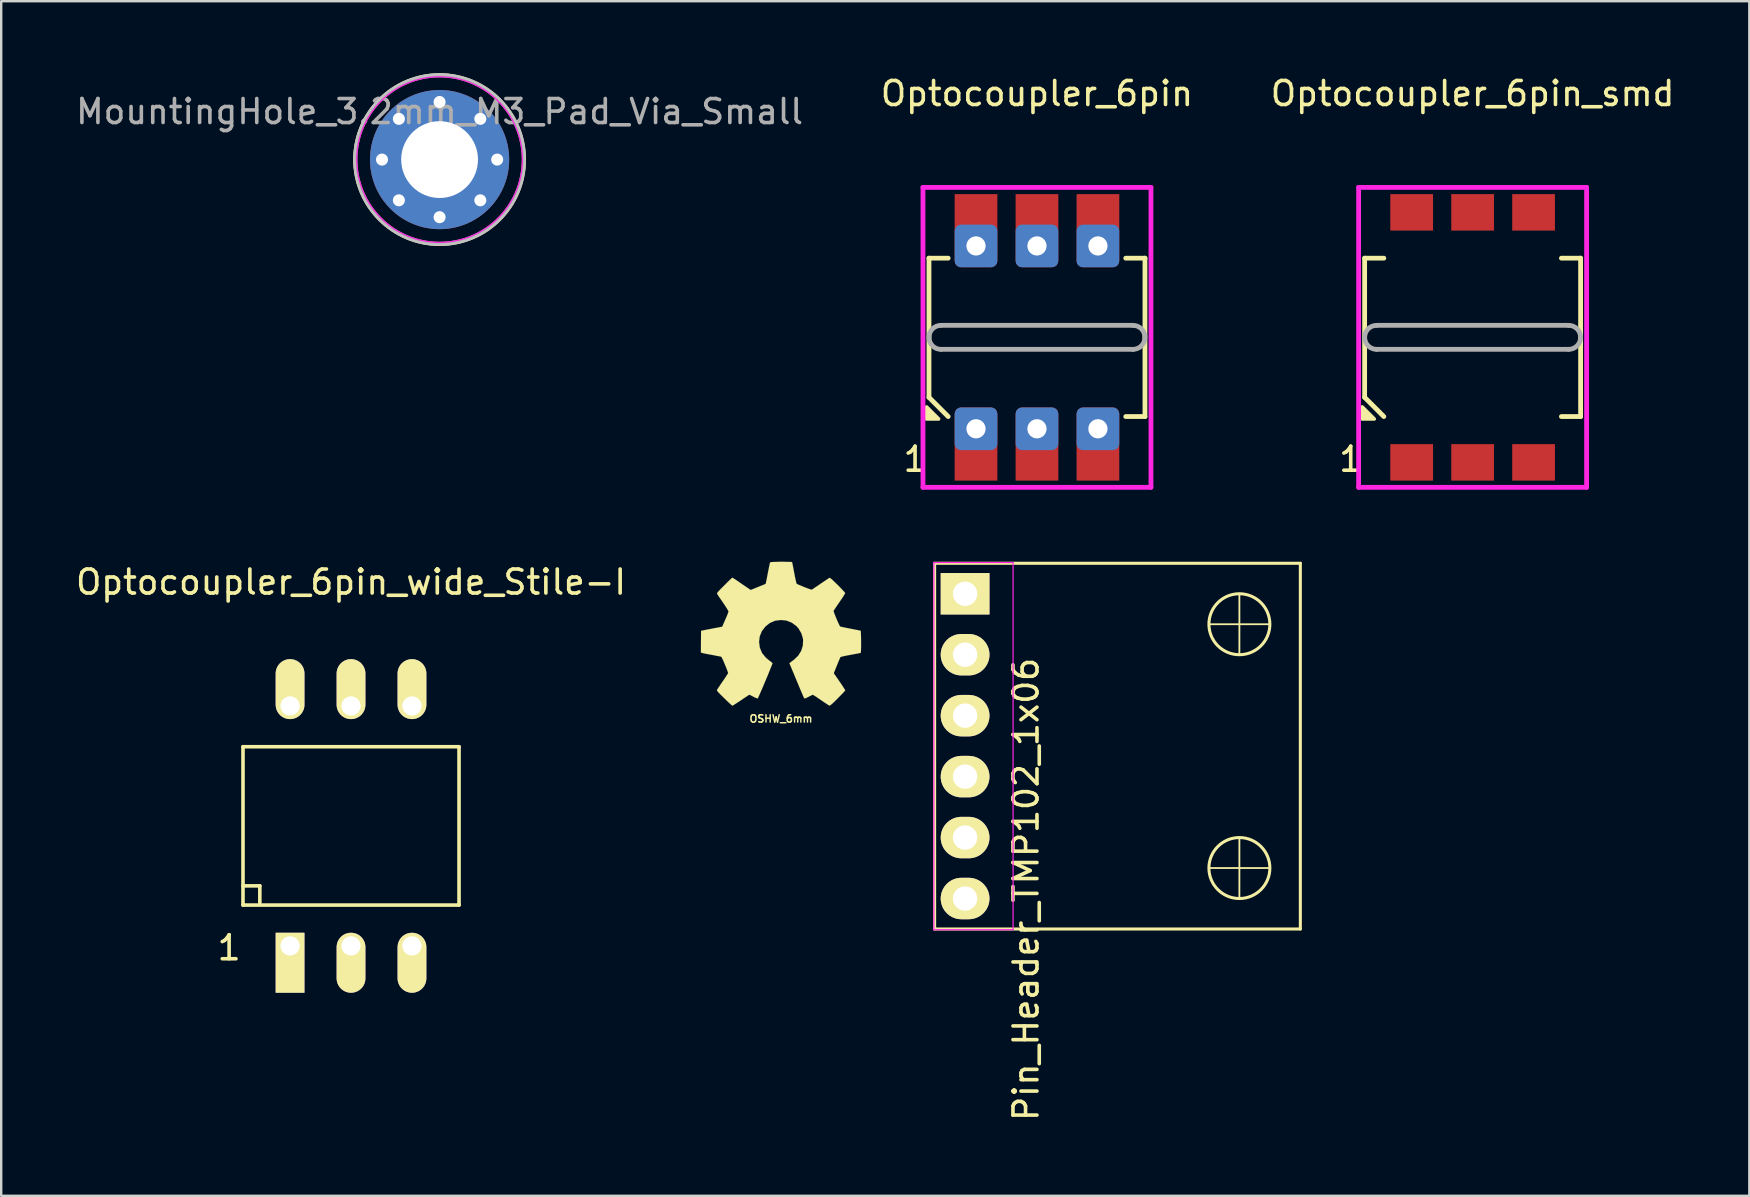
<source format=kicad_pcb>
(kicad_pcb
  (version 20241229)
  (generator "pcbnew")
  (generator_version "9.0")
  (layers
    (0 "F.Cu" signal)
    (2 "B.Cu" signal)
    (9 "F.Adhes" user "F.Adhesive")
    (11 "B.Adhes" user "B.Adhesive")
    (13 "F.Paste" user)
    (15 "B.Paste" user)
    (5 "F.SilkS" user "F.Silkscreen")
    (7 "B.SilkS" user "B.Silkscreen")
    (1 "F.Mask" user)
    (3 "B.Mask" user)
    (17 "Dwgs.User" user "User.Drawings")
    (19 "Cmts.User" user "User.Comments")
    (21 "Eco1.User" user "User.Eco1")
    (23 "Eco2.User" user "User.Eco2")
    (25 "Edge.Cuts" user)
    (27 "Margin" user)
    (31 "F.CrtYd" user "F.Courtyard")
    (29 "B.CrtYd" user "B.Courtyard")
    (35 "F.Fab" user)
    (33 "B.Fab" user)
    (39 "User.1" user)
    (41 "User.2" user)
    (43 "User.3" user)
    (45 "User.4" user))
  (footprint "Optocoupler_6pin_smd"
    (layer "F.Cu")
    (at 58.315 11.008)
    (property "Reference" "Optocoupler_6pin_smd" (at 0 -10.16 0) (layer "F.SilkS") (effects (font (size 1 1) (thickness 0.15))))
    (attr through_hole)
    (fp_line (start -4.5 -3.3) (end -3.7 -3.3) (stroke (width 0.2) (type solid)) (layer "F.SilkS"))
    (fp_line (start -4.5 2.5) (end -4.5 -3.3) (stroke (width 0.2) (type solid)) (layer "F.SilkS"))
    (fp_line (start -3.7 3.3) (end -4.5 2.5) (stroke (width 0.2) (type solid)) (layer "F.SilkS"))
    (fp_line (start 3.7 3.3) (end 4.5 3.3) (stroke (width 0.2) (type solid)) (layer "F.SilkS"))
    (fp_line (start 4.5 -3.3) (end 3.7 -3.3) (stroke (width 0.2) (type solid)) (layer "F.SilkS"))
    (fp_line (start 4.5 3.3) (end 4.5 -3.3) (stroke (width 0.2) (type solid)) (layer "F.SilkS"))
    (fp_poly (pts (xy -4.6 2.9) (xy -4.1 3.4) (xy -4.6 3.4)) (stroke (width 0.15) (type solid)) (fill yes) (layer "F.SilkS"))
    (fp_line (start -4.75 -6.25) (end 4.75 -6.25) (stroke (width 0.2) (type solid)) (layer "F.CrtYd"))
    (fp_line (start -4.75 6.25) (end -4.75 -6.25) (stroke (width 0.2) (type solid)) (layer "F.CrtYd"))
    (fp_line (start 4.75 -6.25) (end 4.75 6.25) (stroke (width 0.2) (type solid)) (layer "F.CrtYd"))
    (fp_line (start 4.75 6.25) (end -4.75 6.25) (stroke (width 0.2) (type solid)) (layer "F.CrtYd"))
    (fp_line (start 4 -0.5) (end -4 -0.5) (stroke (width 0.2) (type solid)) (layer "F.Fab"))
    (fp_line (start 4 0.5) (end -4 0.5) (stroke (width 0.2) (type solid)) (layer "F.Fab"))
    (fp_arc (start -4 0.5) (mid -4.5 0) (end -4 -0.5) (stroke (width 0.2) (type solid)) (layer "F.Fab"))
    (fp_arc (start 4 -0.5) (mid 4.5 0) (end 4 0.5) (stroke (width 0.2) (type solid)) (layer "F.Fab"))
    (fp_text user "1" (at -5.08 5.08 0) (layer "F.SilkS") (effects (font (size 1 1) (thickness 0.15))))
    (pad "1" smd rect (at -2.54 4.508) (size 1.78 1.52) (drill (offset 0 0.701)) (layers "F.Cu" "F.Mask" "F.Paste"))
    (pad "2" smd rect (at 0 4.508) (size 1.78 1.52) (drill (offset 0 0.701)) (layers "F.Cu" "F.Mask" "F.Paste"))
    (pad "3" smd rect (at 2.54 4.508) (size 1.78 1.52) (drill (offset 0 0.701)) (layers "F.Cu" "F.Mask" "F.Paste"))
    (pad "4" smd rect (at 2.54 -4.508) (size 1.78 1.52) (drill (offset 0 -0.701)) (layers "F.Cu" "F.Mask" "F.Paste"))
    (pad "5" smd rect (at 0 -4.508) (size 1.78 1.52) (drill (offset 0 -0.701)) (layers "F.Cu" "F.Mask" "F.Paste"))
    (pad "6" smd rect (at -2.54 -4.508) (size 1.78 1.52) (drill (offset 0 -0.701)) (layers "F.Cu" "F.Mask" "F.Paste")))
  (footprint "MountingHole_3.2mm_M3_Pad_Via_Small"
    (layer "F.Cu")
    (at 15.268 3.6)
    (property "Reference" "MountingHole_3.2mm_M3_Pad_Via_Small" (at 0 -2 0) (layer "F.Fab") (effects (font (size 1 1) (thickness 0.15))))
    (attr exclude_from_pos_files exclude_from_bom)
    (fp_circle (center 0 0) (end 3.55 0) (stroke (width 0.1) (type solid)) (fill no) (layer "F.SilkS"))
    (fp_circle (center 0 0) (end 3.55 0) (stroke (width 0.1) (type solid)) (fill no) (layer "Dwgs.User"))
    (fp_circle (center 0 0) (end 3.45 0) (stroke (width 0.05) (type solid)) (fill no) (layer "F.CrtYd"))
    (fp_circle (center 0 0) (end 3.5 0) (stroke (width 0.15) (type solid)) (fill no) (layer "F.Fab"))
    (pad "" thru_hole circle (at -2.4 0) (size 0.8 0.8) (drill 0.5) (layers "*.Cu" "*.Mask"))
    (pad "" thru_hole circle (at -1.697 -1.697) (size 0.8 0.8) (drill 0.5) (layers "*.Cu" "*.Mask"))
    (pad "" thru_hole circle (at -1.697 1.697) (size 0.8 0.8) (drill 0.5) (layers "*.Cu" "*.Mask"))
    (pad "" thru_hole circle (at 0 -2.4) (size 0.8 0.8) (drill 0.5) (layers "*.Cu" "*.Mask"))
    (pad "" thru_hole circle (at 0 2.4) (size 0.8 0.8) (drill 0.5) (layers "*.Cu" "*.Mask"))
    (pad "" thru_hole circle (at 1.697 -1.697) (size 0.8 0.8) (drill 0.5) (layers "*.Cu" "*.Mask"))
    (pad "" thru_hole circle (at 1.697 1.697) (size 0.8 0.8) (drill 0.5) (layers "*.Cu" "*.Mask"))
    (pad "" thru_hole circle (at 2.4 0) (size 0.8 0.8) (drill 0.5) (layers "*.Cu" "*.Mask"))
    (pad "1" thru_hole circle (at 0 0) (size 5.8 5.8) (drill 3.2) (layers "*.Cu" "*.Mask")))
  (footprint "Pin_Header_TMP102_1x06"
    (layer "F.Cu")
    (at 37.166 21.692)
    (property "Reference" "Pin_Header_TMP102_1x06" (at 2.54 12.319 90) (layer "F.SilkS") (effects (font (size 1 1) (thickness 0.15))))
    (attr through_hole)
    (fp_line (start -1.27 -1.27) (end -1.27 13.97) (stroke (width 0.127) (type solid)) (layer "F.SilkS"))
    (fp_line (start -1.27 13.97) (end 13.97 13.97) (stroke (width 0.127) (type solid)) (layer "F.SilkS"))
    (fp_line (start 11.43 0) (end 11.43 2.54) (stroke (width 0.076) (type solid)) (layer "F.SilkS"))
    (fp_line (start 11.43 10.16) (end 11.43 12.7) (stroke (width 0.076) (type solid)) (layer "F.SilkS"))
    (fp_line (start 12.7 1.27) (end 10.16 1.27) (stroke (width 0.076) (type solid)) (layer "F.SilkS"))
    (fp_line (start 12.7 11.43) (end 10.16 11.43) (stroke (width 0.076) (type solid)) (layer "F.SilkS"))
    (fp_line (start 13.97 -1.27) (end -1.27 -1.27) (stroke (width 0.127) (type solid)) (layer "F.SilkS"))
    (fp_line (start 13.97 13.97) (end 13.97 -1.27) (stroke (width 0.127) (type solid)) (layer "F.SilkS"))
    (fp_circle (center 11.43 1.27) (end 10.16 1.27) (stroke (width 0.127) (type solid)) (fill no) (layer "F.SilkS"))
    (fp_circle (center 11.43 11.43) (end 12.7 11.43) (stroke (width 0.127) (type solid)) (fill no) (layer "F.SilkS"))
    (fp_line (start -1.3 -1.3) (end -1.3 14) (stroke (width 0.05) (type solid)) (layer "F.CrtYd"))
    (fp_line (start -1.3 -1.3) (end 2 -1.3) (stroke (width 0.05) (type solid)) (layer "F.CrtYd"))
    (fp_line (start -1.3 14) (end 2 14) (stroke (width 0.05) (type solid)) (layer "F.CrtYd"))
    (fp_line (start 2 -1.3) (end 2 14) (stroke (width 0.05) (type solid)) (layer "F.CrtYd"))
    (pad "1" thru_hole rect (at 0 0) (size 2.032 1.727) (drill 1.016) (layers "*.Cu" "*.Mask" "F.SilkS"))
    (pad "2" thru_hole oval (at 0 2.54) (size 2.032 1.727) (drill 1.016) (layers "*.Cu" "*.Mask" "F.SilkS"))
    (pad "3" thru_hole oval (at 0 5.08) (size 2.032 1.727) (drill 1.016) (layers "*.Cu" "*.Mask" "F.SilkS"))
    (pad "4" thru_hole oval (at 0 7.62) (size 2.032 1.727) (drill 1.016) (layers "*.Cu" "*.Mask" "F.SilkS"))
    (pad "5" thru_hole oval (at 0 10.16) (size 2.032 1.727) (drill 1.016) (layers "*.Cu" "*.Mask" "F.SilkS"))
    (pad "6" thru_hole oval (at 0 12.7) (size 2.032 1.727) (drill 1.016) (layers "*.Cu" "*.Mask" "F.SilkS")))
  (footprint "OSHW_6mm"
    (layer "F.Cu")
    (at 29.494 23.359)
    (property "Reference" "OSHW_6mm" (at 0 3.541 0) (layer "F.SilkS") (effects (font (size 0.305 0.305) (thickness 0.061))))
    (attr through_hole)
    (fp_poly (pts (xy -2.024 3) (xy -1.989 2.979) (xy -1.91 2.931) (xy -1.798 2.857) (xy -1.666 2.771) (xy -1.534 2.68) (xy -1.425 2.609) (xy -1.349 2.558) (xy -1.318 2.54) (xy -1.3 2.548) (xy -1.237 2.578) (xy -1.148 2.624) (xy -1.095 2.652) (xy -1.011 2.687) (xy -0.968 2.695) (xy -0.963 2.685) (xy -0.932 2.621) (xy -0.884 2.512) (xy -0.82 2.367) (xy -0.747 2.197) (xy -0.671 2.014) (xy -0.592 1.829) (xy -0.518 1.651) (xy -0.455 1.491) (xy -0.401 1.359) (xy -0.366 1.27) (xy -0.353 1.232) (xy -0.358 1.222) (xy -0.399 1.181) (xy -0.472 1.128) (xy -0.63 0.998) (xy -0.787 0.805) (xy -0.881 0.584) (xy -0.914 0.338) (xy -0.886 0.109) (xy -0.798 -0.109) (xy -0.645 -0.305) (xy -0.46 -0.452) (xy -0.244 -0.544) (xy 0 -0.574) (xy 0.231 -0.549) (xy 0.455 -0.46) (xy 0.653 -0.31) (xy 0.737 -0.213) (xy 0.851 -0.015) (xy 0.914 0.198) (xy 0.922 0.254) (xy 0.912 0.488) (xy 0.843 0.711) (xy 0.719 0.912) (xy 0.549 1.077) (xy 0.526 1.092) (xy 0.447 1.153) (xy 0.394 1.194) (xy 0.351 1.227) (xy 0.65 1.946) (xy 0.699 2.06) (xy 0.78 2.258) (xy 0.851 2.426) (xy 0.909 2.56) (xy 0.95 2.652) (xy 0.968 2.687) (xy 0.968 2.69) (xy 0.996 2.695) (xy 1.049 2.675) (xy 1.151 2.626) (xy 1.217 2.591) (xy 1.293 2.555) (xy 1.328 2.54) (xy 1.356 2.558) (xy 1.43 2.603) (xy 1.537 2.675) (xy 1.666 2.764) (xy 1.788 2.847) (xy 1.9 2.921) (xy 1.981 2.974) (xy 2.022 2.995) (xy 2.027 2.995) (xy 2.062 2.974) (xy 2.129 2.921) (xy 2.225 2.83) (xy 2.365 2.692) (xy 2.385 2.67) (xy 2.499 2.555) (xy 2.591 2.459) (xy 2.654 2.388) (xy 2.677 2.357) (xy 2.657 2.319) (xy 2.603 2.235) (xy 2.53 2.121) (xy 2.438 1.989) (xy 2.2 1.643) (xy 2.332 1.316) (xy 2.372 1.217) (xy 2.423 1.095) (xy 2.461 1.008) (xy 2.479 0.97) (xy 2.515 0.958) (xy 2.603 0.937) (xy 2.733 0.909) (xy 2.888 0.881) (xy 3.035 0.853) (xy 3.167 0.828) (xy 3.264 0.81) (xy 3.307 0.803) (xy 3.317 0.795) (xy 3.327 0.775) (xy 3.332 0.729) (xy 3.335 0.648) (xy 3.338 0.521) (xy 3.338 0.338) (xy 3.338 0.318) (xy 3.335 0.142) (xy 3.332 0.003) (xy 3.327 -0.089) (xy 3.322 -0.124) (xy 3.279 -0.135) (xy 3.185 -0.155) (xy 3.053 -0.18) (xy 2.896 -0.211) (xy 2.885 -0.213) (xy 2.728 -0.244) (xy 2.593 -0.272) (xy 2.502 -0.292) (xy 2.464 -0.305) (xy 2.454 -0.315) (xy 2.423 -0.378) (xy 2.377 -0.475) (xy 2.324 -0.594) (xy 2.273 -0.719) (xy 2.23 -0.831) (xy 2.2 -0.914) (xy 2.189 -0.953) (xy 2.215 -0.991) (xy 2.268 -1.072) (xy 2.344 -1.186) (xy 2.438 -1.321) (xy 2.443 -1.331) (xy 2.535 -1.463) (xy 2.609 -1.577) (xy 2.657 -1.659) (xy 2.677 -1.694) (xy 2.675 -1.697) (xy 2.647 -1.735) (xy 2.578 -1.811) (xy 2.482 -1.913) (xy 2.365 -2.032) (xy 2.327 -2.068) (xy 2.197 -2.195) (xy 2.106 -2.278) (xy 2.05 -2.322) (xy 2.024 -2.332) (xy 2.022 -2.332) (xy 1.981 -2.306) (xy 1.897 -2.25) (xy 1.783 -2.174) (xy 1.648 -2.083) (xy 1.638 -2.075) (xy 1.506 -1.984) (xy 1.394 -1.91) (xy 1.316 -1.857) (xy 1.28 -1.836) (xy 1.275 -1.836) (xy 1.219 -1.852) (xy 1.125 -1.885) (xy 1.008 -1.93) (xy 0.884 -1.981) (xy 0.772 -2.027) (xy 0.688 -2.065) (xy 0.65 -2.088) (xy 0.648 -2.09) (xy 0.635 -2.139) (xy 0.612 -2.238) (xy 0.582 -2.375) (xy 0.551 -2.54) (xy 0.546 -2.565) (xy 0.516 -2.725) (xy 0.49 -2.855) (xy 0.472 -2.946) (xy 0.462 -2.985) (xy 0.439 -2.99) (xy 0.363 -2.995) (xy 0.244 -2.997) (xy 0.102 -3) (xy -0.051 -3) (xy -0.198 -2.995) (xy -0.323 -2.992) (xy -0.414 -2.985) (xy -0.452 -2.977) (xy -0.452 -2.974) (xy -0.467 -2.926) (xy -0.488 -2.827) (xy -0.516 -2.687) (xy -0.549 -2.525) (xy -0.554 -2.494) (xy -0.584 -2.337) (xy -0.61 -2.207) (xy -0.63 -2.116) (xy -0.64 -2.08) (xy -0.653 -2.073) (xy -0.719 -2.045) (xy -0.826 -2.002) (xy -0.958 -1.948) (xy -1.262 -1.824) (xy -1.638 -2.08) (xy -1.671 -2.103) (xy -1.806 -2.197) (xy -1.918 -2.271) (xy -1.994 -2.319) (xy -2.027 -2.337) (xy -2.029 -2.337) (xy -2.068 -2.304) (xy -2.141 -2.235) (xy -2.243 -2.136) (xy -2.36 -2.017) (xy -2.449 -1.93) (xy -2.55 -1.826) (xy -2.616 -1.755) (xy -2.652 -1.709) (xy -2.664 -1.681) (xy -2.662 -1.664) (xy -2.637 -1.626) (xy -2.583 -1.542) (xy -2.504 -1.43) (xy -2.413 -1.295) (xy -2.339 -1.186) (xy -2.258 -1.059) (xy -2.205 -0.97) (xy -2.187 -0.927) (xy -2.192 -0.907) (xy -2.217 -0.836) (xy -2.261 -0.724) (xy -2.319 -0.592) (xy -2.449 -0.295) (xy -2.642 -0.257) (xy -2.761 -0.236) (xy -2.926 -0.203) (xy -3.084 -0.173) (xy -3.33 -0.124) (xy -3.338 0.78) (xy -3.299 0.795) (xy -3.264 0.805) (xy -3.172 0.826) (xy -3.043 0.851) (xy -2.888 0.879) (xy -2.758 0.904) (xy -2.626 0.93) (xy -2.53 0.947) (xy -2.489 0.958) (xy -2.479 0.97) (xy -2.446 1.034) (xy -2.398 1.135) (xy -2.347 1.257) (xy -2.294 1.384) (xy -2.248 1.501) (xy -2.215 1.59) (xy -2.202 1.638) (xy -2.22 1.671) (xy -2.271 1.75) (xy -2.342 1.859) (xy -2.433 1.991) (xy -2.522 2.121) (xy -2.598 2.235) (xy -2.649 2.314) (xy -2.672 2.352) (xy -2.662 2.377) (xy -2.609 2.441) (xy -2.51 2.543) (xy -2.362 2.687) (xy -2.339 2.71) (xy -2.223 2.824) (xy -2.123 2.916) (xy -2.055 2.977) (xy -2.024 3)) (stroke (width 0.003) (type solid)) (fill yes) (layer "F.SilkS")))
  (footprint "Optocoupler_6pin"
    (layer "F.Cu")
    (at 40.161 11.008)
    (property "Reference" "Optocoupler_6pin" (at 0 -10.16 0) (layer "F.SilkS") (effects (font (size 1 1) (thickness 0.15))))
    (attr through_hole)
    (fp_line (start -4.5 -3.3) (end -3.7 -3.3) (stroke (width 0.2) (type solid)) (layer "F.SilkS"))
    (fp_line (start -4.5 2.5) (end -4.5 -3.3) (stroke (width 0.2) (type solid)) (layer "F.SilkS"))
    (fp_line (start -3.7 3.3) (end -4.5 2.5) (stroke (width 0.2) (type solid)) (layer "F.SilkS"))
    (fp_line (start 3.7 3.3) (end 4.5 3.3) (stroke (width 0.2) (type solid)) (layer "F.SilkS"))
    (fp_line (start 4.5 -3.3) (end 3.7 -3.3) (stroke (width 0.2) (type solid)) (layer "F.SilkS"))
    (fp_line (start 4.5 3.3) (end 4.5 -3.3) (stroke (width 0.2) (type solid)) (layer "F.SilkS"))
    (fp_poly (pts (xy -4.6 2.9) (xy -4.1 3.4) (xy -4.6 3.4)) (stroke (width 0.15) (type solid)) (fill yes) (layer "F.SilkS"))
    (fp_line (start -4.75 -6.25) (end 4.75 -6.25) (stroke (width 0.2) (type solid)) (layer "F.CrtYd"))
    (fp_line (start -4.75 6.25) (end -4.75 -6.25) (stroke (width 0.2) (type solid)) (layer "F.CrtYd"))
    (fp_line (start 4.75 -6.25) (end 4.75 6.25) (stroke (width 0.2) (type solid)) (layer "F.CrtYd"))
    (fp_line (start 4.75 6.25) (end -4.75 6.25) (stroke (width 0.2) (type solid)) (layer "F.CrtYd"))
    (fp_line (start 4 -0.5) (end -4 -0.5) (stroke (width 0.2) (type solid)) (layer "F.Fab"))
    (fp_line (start 4 0.5) (end -4 0.5) (stroke (width 0.2) (type solid)) (layer "F.Fab"))
    (fp_arc (start -4 0.5) (mid -4.5 0) (end -4 -0.5) (stroke (width 0.2) (type solid)) (layer "F.Fab"))
    (fp_arc (start 4 -0.5) (mid 4.5 0) (end 4 0.5) (stroke (width 0.2) (type solid)) (layer "F.Fab"))
    (fp_text user "1" (at -5.08 5.08 0) (layer "F.SilkS") (effects (font (size 1 1) (thickness 0.15))))
    (pad "1" thru_hole roundrect (at -2.54 3.81) (size 1.78 1.78) (drill 0.8) (layers "*.Cu" "*.Mask") (roundrect_rratio 0.15))
    (pad "1" smd rect (at -2.54 4.508) (size 1.78 1.52) (drill (offset 0 0.701)) (layers "F.Cu" "F.Mask" "F.Paste"))
    (pad "2" thru_hole roundrect (at 0 3.81) (size 1.78 1.78) (drill 0.8) (layers "*.Cu" "*.Mask") (roundrect_rratio 0.15))
    (pad "2" smd rect (at 0 4.508) (size 1.78 1.52) (drill (offset 0 0.701)) (layers "F.Cu" "F.Mask" "F.Paste"))
    (pad "3" thru_hole roundrect (at 2.54 3.81) (size 1.78 1.78) (drill 0.8) (layers "*.Cu" "*.Mask") (roundrect_rratio 0.15))
    (pad "3" smd rect (at 2.54 4.508) (size 1.78 1.52) (drill (offset 0 0.701)) (layers "F.Cu" "F.Mask" "F.Paste"))
    (pad "4" smd rect (at 2.54 -4.508) (size 1.78 1.52) (drill (offset 0 -0.701)) (layers "F.Cu" "F.Mask" "F.Paste"))
    (pad "4" thru_hole roundrect (at 2.54 -3.81) (size 1.78 1.78) (drill 0.8) (layers "*.Cu" "*.Mask") (roundrect_rratio 0.15))
    (pad "5" smd rect (at 0 -4.508) (size 1.78 1.52) (drill (offset 0 -0.701)) (layers "F.Cu" "F.Mask" "F.Paste"))
    (pad "5" thru_hole roundrect (at 0 -3.81) (size 1.78 1.78) (drill 0.8) (layers "*.Cu" "*.Mask") (roundrect_rratio 0.15))
    (pad "6" smd rect (at -2.54 -4.508) (size 1.78 1.52) (drill (offset 0 -0.701)) (layers "F.Cu" "F.Mask" "F.Paste"))
    (pad "6" thru_hole roundrect (at -2.54 -3.81) (size 1.78 1.78) (drill 0.8) (layers "*.Cu" "*.Mask") (roundrect_rratio 0.15)))
  (footprint "Optocoupler_6pin_wide_Stile-I"
    (layer "F.Cu")
    (at 11.577 31.366)
    (property "Reference" "Optocoupler_6pin_wide_Stile-I" (at 0 -10.16 0) (layer "F.SilkS") (effects (font (size 1 1) (thickness 0.15))))
    (attr through_hole)
    (fp_line (start -4.501 -3.299) (end 4.501 -3.299) (stroke (width 0.15) (type solid)) (layer "F.SilkS"))
    (fp_line (start -4.501 2.499) (end -3.8 2.499) (stroke (width 0.15) (type solid)) (layer "F.SilkS"))
    (fp_line (start -4.501 3.299) (end -4.501 -3.299) (stroke (width 0.15) (type solid)) (layer "F.SilkS"))
    (fp_line (start -3.8 2.499) (end -3.8 3.2) (stroke (width 0.15) (type solid)) (layer "F.SilkS"))
    (fp_line (start 4.501 -3.299) (end 4.501 3.299) (stroke (width 0.15) (type solid)) (layer "F.SilkS"))
    (fp_line (start 4.501 3.299) (end -4.501 3.299) (stroke (width 0.15) (type solid)) (layer "F.SilkS"))
    (fp_text user "1" (at -5.08 5.08 0) (layer "F.SilkS") (effects (font (size 1 1) (thickness 0.15))))
    (pad "1" thru_hole rect (at -2.54 5.001) (size 1.199 2.499) (drill 0.8 (offset 0 0.701)) (layers "*.Cu" "*.Mask" "F.SilkS"))
    (pad "2" thru_hole oval (at 0 5.001) (size 1.199 2.499) (drill 0.8 (offset 0 0.701)) (layers "*.Cu" "*.Mask" "F.SilkS"))
    (pad "3" thru_hole oval (at 2.54 5.001) (size 1.199 2.499) (drill 0.8 (offset 0 0.701)) (layers "*.Cu" "*.Mask" "F.SilkS"))
    (pad "4" thru_hole oval (at 2.54 -4.999) (size 1.199 2.499) (drill 0.8 (offset 0 -0.701)) (layers "*.Cu" "*.Mask" "F.SilkS"))
    (pad "5" thru_hole oval (at 0 -4.999) (size 1.199 2.499) (drill 0.8 (offset 0 -0.701)) (layers "*.Cu" "*.Mask" "F.SilkS"))
    (pad "6" thru_hole oval (at -2.54 -4.999) (size 1.199 2.499) (drill 0.8 (offset 0 -0.701)) (layers "*.Cu" "*.Mask" "F.SilkS")))
  (gr_rect
    (start -3 -3)
    (end 69.845 46.779)
    (stroke (width 0.1) (type default))
    (fill no)
    (layer "Edge.Cuts")))
</source>
